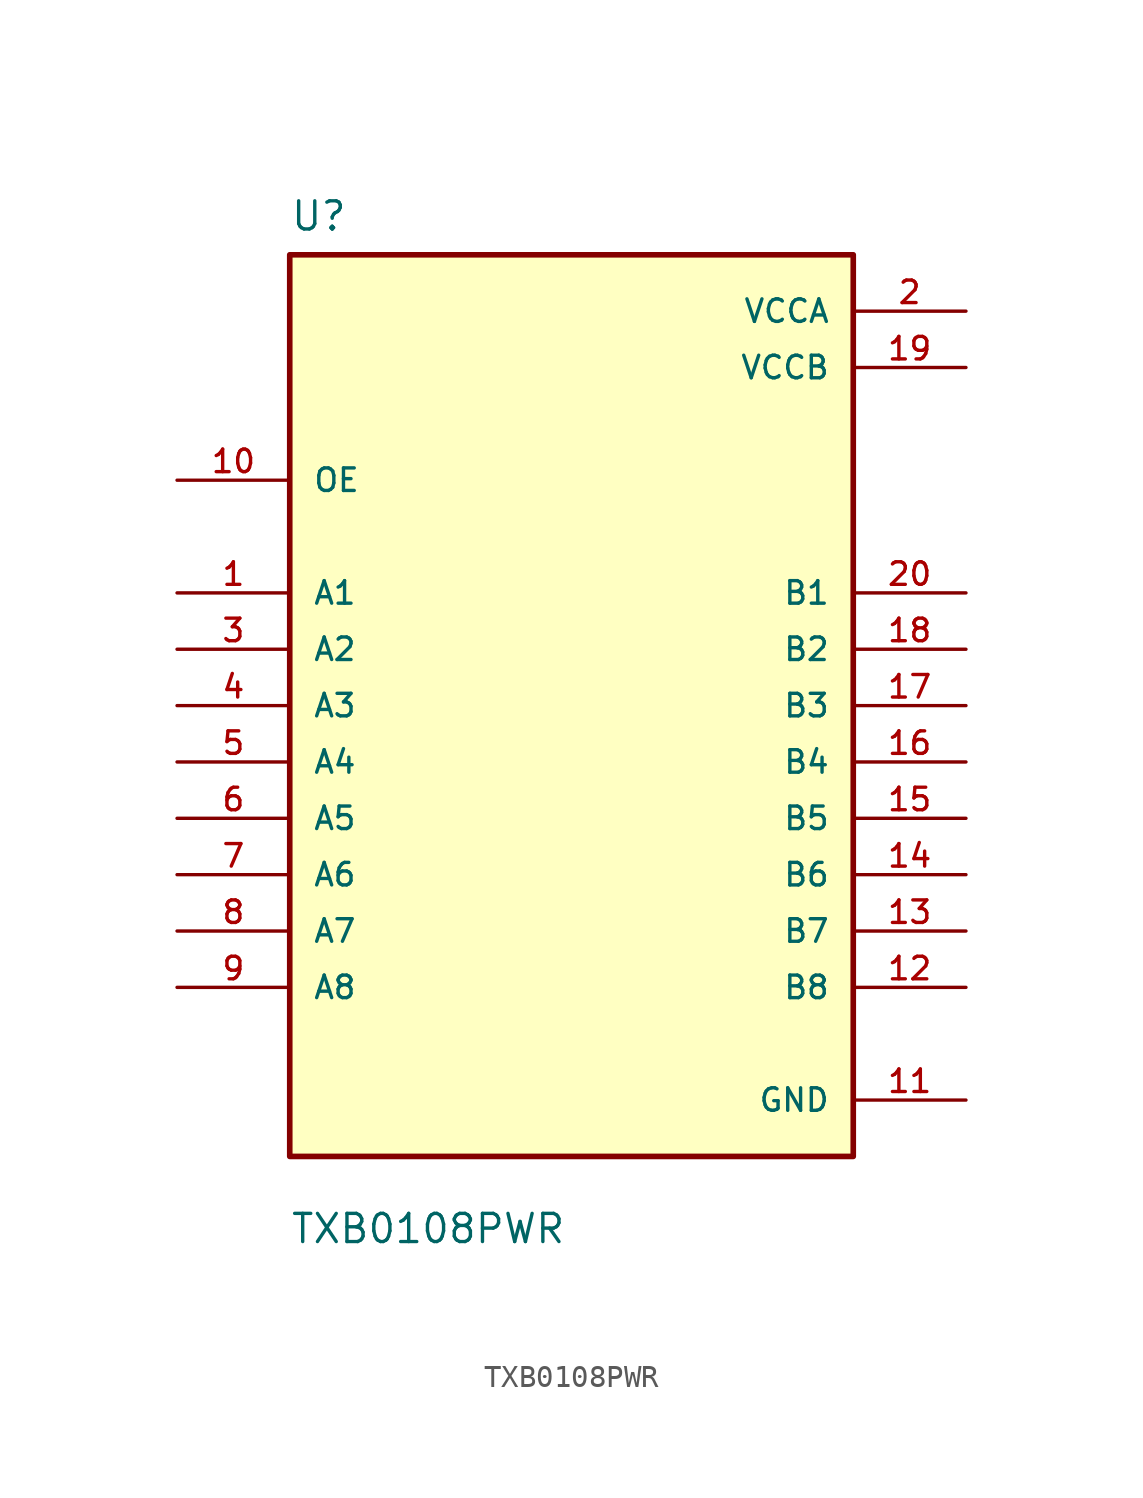
<source format=kicad_sym>
(kicad_symbol_lib
  (version 20211014)
  (generator kicad_symbol_editor)
  (symbol "TXB0108PWR"
    (pin_names
      (offset 1.016))
    (property "Reference" "U"
      (at -12.7 23.86 0.0)
      (effects (font (size 1.27 1.27)) (justify bottom left)))
    (property "Value" "TXB0108PWR"
      (at -12.7 -21.78 0.0)
      (effects (font (size 1.27 1.27)) (justify bottom left)))
    (symbol "TXB0108PWR_0_0"
      (rectangle (start -12.7 -17.78) (end 12.7 22.86) (stroke (width 0.254)) (fill (type background)))
      (pin bidirectional line (at -17.78 7.62 0) (length 5.08) (name "A1" (effects (font (size 1.016 1.016)))) (number "1" (effects (font (size 1.016 1.016)))))
      (pin bidirectional line (at -17.78 5.08 0) (length 5.08) (name "A2" (effects (font (size 1.016 1.016)))) (number "3" (effects (font (size 1.016 1.016)))))
      (pin bidirectional line (at -17.78 2.54 0) (length 5.08) (name "A3" (effects (font (size 1.016 1.016)))) (number "4" (effects (font (size 1.016 1.016)))))
      (pin bidirectional line (at -17.78 0.0 0) (length 5.08) (name "A4" (effects (font (size 1.016 1.016)))) (number "5" (effects (font (size 1.016 1.016)))))
      (pin bidirectional line (at 17.78 7.62 180.0) (length 5.08) (name "B1" (effects (font (size 1.016 1.016)))) (number "20" (effects (font (size 1.016 1.016)))))
      (pin bidirectional line (at 17.78 5.08 180.0) (length 5.08) (name "B2" (effects (font (size 1.016 1.016)))) (number "18" (effects (font (size 1.016 1.016)))))
      (pin bidirectional line (at 17.78 2.54 180.0) (length 5.08) (name "B3" (effects (font (size 1.016 1.016)))) (number "17" (effects (font (size 1.016 1.016)))))
      (pin bidirectional line (at 17.78 0.0 180.0) (length 5.08) (name "B4" (effects (font (size 1.016 1.016)))) (number "16" (effects (font (size 1.016 1.016)))))
      (pin input line (at -17.78 12.7 0) (length 5.08) (name "OE" (effects (font (size 1.016 1.016)))) (number "10" (effects (font (size 1.016 1.016)))))
      (pin power_in line (at 17.78 20.32 180.0) (length 5.08) (name "VCCA" (effects (font (size 1.016 1.016)))) (number "2" (effects (font (size 1.016 1.016)))))
      (pin power_in line (at 17.78 17.78 180.0) (length 5.08) (name "VCCB" (effects (font (size 1.016 1.016)))) (number "19" (effects (font (size 1.016 1.016)))))
      (pin bidirectional line (at -17.78 -2.54 0) (length 5.08) (name "A5" (effects (font (size 1.016 1.016)))) (number "6" (effects (font (size 1.016 1.016)))))
      (pin bidirectional line (at -17.78 -5.08 0) (length 5.08) (name "A6" (effects (font (size 1.016 1.016)))) (number "7" (effects (font (size 1.016 1.016)))))
      (pin bidirectional line (at -17.78 -7.62 0) (length 5.08) (name "A7" (effects (font (size 1.016 1.016)))) (number "8" (effects (font (size 1.016 1.016)))))
      (pin bidirectional line (at -17.78 -10.16 0) (length 5.08) (name "A8" (effects (font (size 1.016 1.016)))) (number "9" (effects (font (size 1.016 1.016)))))
      (pin bidirectional line (at 17.78 -2.54 180.0) (length 5.08) (name "B5" (effects (font (size 1.016 1.016)))) (number "15" (effects (font (size 1.016 1.016)))))
      (pin bidirectional line (at 17.78 -5.08 180.0) (length 5.08) (name "B6" (effects (font (size 1.016 1.016)))) (number "14" (effects (font (size 1.016 1.016)))))
      (pin bidirectional line (at 17.78 -7.62 180.0) (length 5.08) (name "B7" (effects (font (size 1.016 1.016)))) (number "13" (effects (font (size 1.016 1.016)))))
      (pin bidirectional line (at 17.78 -10.16 180.0) (length 5.08) (name "B8" (effects (font (size 1.016 1.016)))) (number "12" (effects (font (size 1.016 1.016)))))
      (pin power_in line (at 17.78 -15.24 180.0) (length 5.08) (name "GND" (effects (font (size 1.016 1.016)))) (number "11" (effects (font (size 1.016 1.016))))))))
</source>
